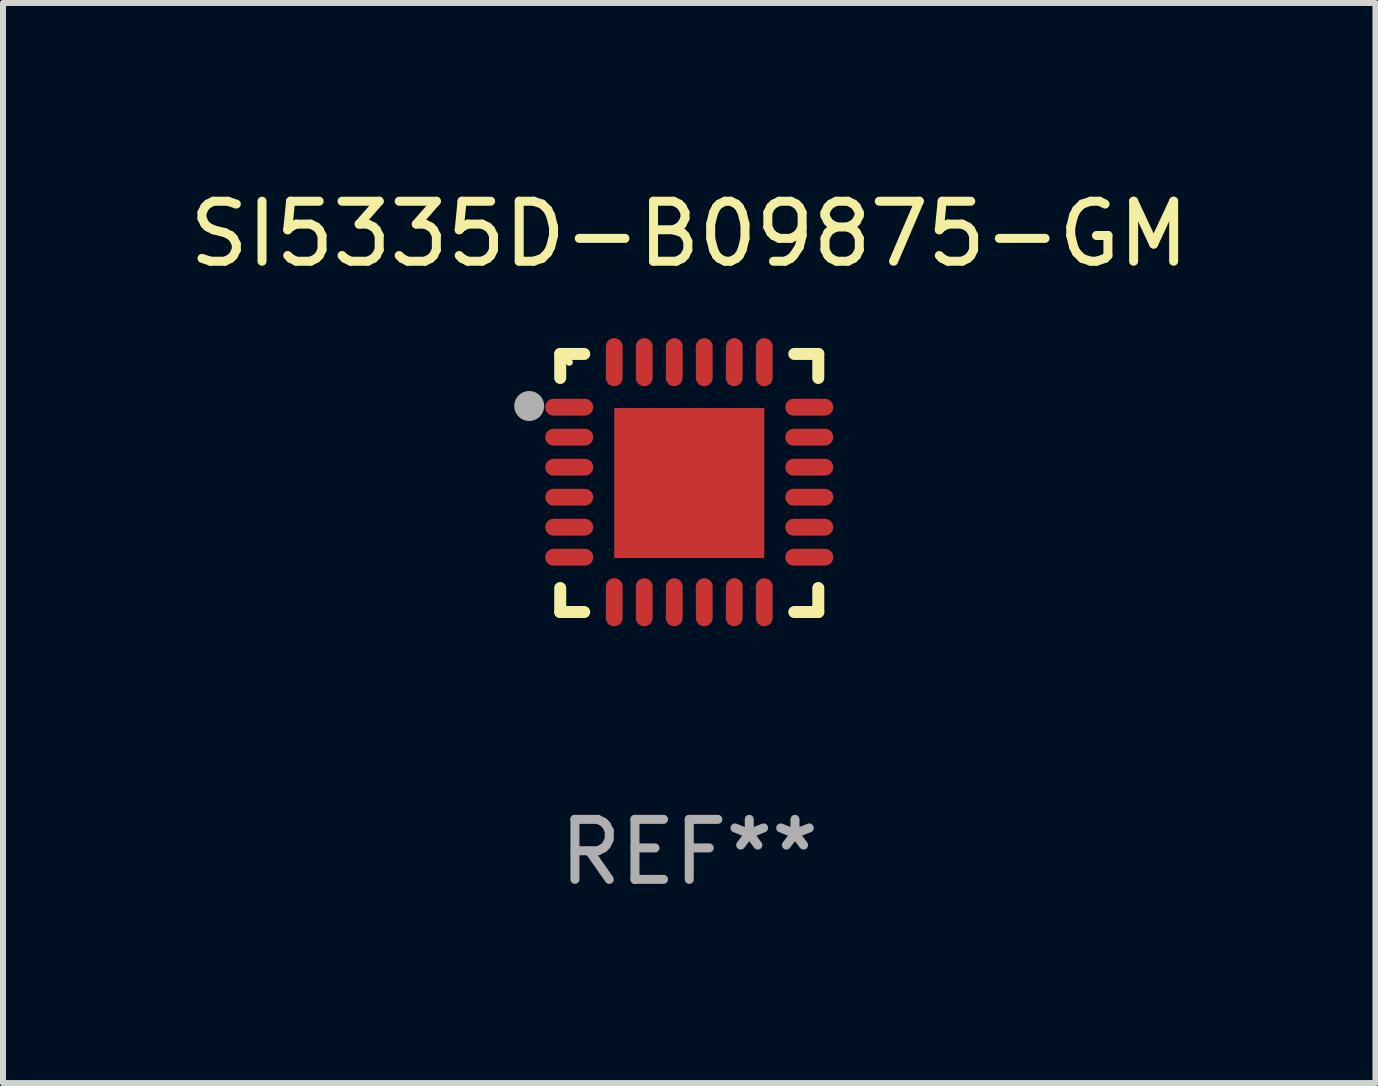
<source format=kicad_pcb>
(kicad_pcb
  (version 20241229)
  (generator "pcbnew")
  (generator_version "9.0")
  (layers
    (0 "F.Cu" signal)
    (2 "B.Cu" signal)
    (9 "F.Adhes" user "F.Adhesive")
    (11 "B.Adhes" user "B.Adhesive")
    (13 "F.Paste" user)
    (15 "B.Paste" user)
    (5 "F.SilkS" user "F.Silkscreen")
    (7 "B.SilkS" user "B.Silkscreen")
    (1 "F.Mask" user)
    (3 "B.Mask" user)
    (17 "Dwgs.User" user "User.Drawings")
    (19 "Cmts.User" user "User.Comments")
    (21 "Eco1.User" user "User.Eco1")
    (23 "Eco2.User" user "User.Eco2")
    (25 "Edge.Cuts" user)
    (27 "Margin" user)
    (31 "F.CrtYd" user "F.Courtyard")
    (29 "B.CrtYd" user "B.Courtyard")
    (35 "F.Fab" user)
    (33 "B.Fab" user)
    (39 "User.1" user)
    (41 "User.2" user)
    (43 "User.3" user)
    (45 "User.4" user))
  (footprint "SI5335D-B09875-GM"
    (layer "F.Cu")
    (at 8.435 4.998)
    (property "Reference" "SI5335D-B09875-GM" (at 0 -4.15 0) (layer "F.SilkS") (effects (font (size 1 1) (thickness 0.15))))
    (attr through_hole)
    (fp_line (start -2.15 -2.15) (end -1.75 -2.15) (stroke (width 0.2) (type solid)) (layer "F.SilkS"))
    (fp_line (start -2.15 -1.75) (end -2.15 -2.15) (stroke (width 0.2) (type solid)) (layer "F.SilkS"))
    (fp_line (start -2.15 2.15) (end -2.15 1.75) (stroke (width 0.2) (type solid)) (layer "F.SilkS"))
    (fp_line (start -1.75 2.15) (end -2.15 2.15) (stroke (width 0.2) (type solid)) (layer "F.SilkS"))
    (fp_line (start 1.75 -2.15) (end 2.15 -2.15) (stroke (width 0.2) (type solid)) (layer "F.SilkS"))
    (fp_line (start 1.75 2.15) (end 2.15 2.15) (stroke (width 0.2) (type solid)) (layer "F.SilkS"))
    (fp_line (start 2.15 -2.15) (end 2.15 -1.75) (stroke (width 0.2) (type solid)) (layer "F.SilkS"))
    (fp_line (start 2.15 2.15) (end 2.15 1.75) (stroke (width 0.2) (type solid)) (layer "F.SilkS"))
    (fp_circle (center -2 -2.013) (end -1.97 -2.013) (stroke (width 0.06) (type solid)) (fill no) (layer "F.SilkS"))
    (fp_circle (center -2.667 -1.283) (end -2.542 -1.283) (stroke (width 0.25) (type solid)) (fill no) (layer "F.Fab"))
    (fp_text user "REF**" (at 0 6.15 0) (layer "F.Fab") (effects (font (size 1 1) (thickness 0.15))))
    (pad "1" smd oval (at -2 -1.263) (size 0.8 0.28) (layers "F.Cu" "F.Mask" "F.Paste"))
    (pad "2" smd oval (at -2 -0.763) (size 0.8 0.28) (layers "F.Cu" "F.Mask" "F.Paste"))
    (pad "3" smd oval (at -2 -0.263) (size 0.8 0.28) (layers "F.Cu" "F.Mask" "F.Paste"))
    (pad "4" smd oval (at -2 0.237) (size 0.8 0.28) (layers "F.Cu" "F.Mask" "F.Paste"))
    (pad "5" smd oval (at -2 0.737) (size 0.8 0.28) (layers "F.Cu" "F.Mask" "F.Paste"))
    (pad "6" smd oval (at -2 1.237) (size 0.8 0.28) (layers "F.Cu" "F.Mask" "F.Paste"))
    (pad "7" smd oval (at -1.25 1.987) (size 0.28 0.8) (layers "F.Cu" "F.Mask" "F.Paste"))
    (pad "8" smd oval (at -0.75 1.987) (size 0.28 0.8) (layers "F.Cu" "F.Mask" "F.Paste"))
    (pad "9" smd oval (at -0.25 1.987) (size 0.28 0.8) (layers "F.Cu" "F.Mask" "F.Paste"))
    (pad "10" smd oval (at 0.25 1.987) (size 0.28 0.8) (layers "F.Cu" "F.Mask" "F.Paste"))
    (pad "11" smd oval (at 0.75 1.987) (size 0.28 0.8) (layers "F.Cu" "F.Mask" "F.Paste"))
    (pad "12" smd oval (at 1.25 1.987) (size 0.28 0.8) (layers "F.Cu" "F.Mask" "F.Paste"))
    (pad "13" smd oval (at 2 1.237) (size 0.8 0.28) (layers "F.Cu" "F.Mask" "F.Paste"))
    (pad "14" smd oval (at 2 0.737) (size 0.8 0.28) (layers "F.Cu" "F.Mask" "F.Paste"))
    (pad "15" smd oval (at 2 0.237) (size 0.8 0.28) (layers "F.Cu" "F.Mask" "F.Paste"))
    (pad "16" smd oval (at 2 -0.263) (size 0.8 0.28) (layers "F.Cu" "F.Mask" "F.Paste"))
    (pad "17" smd oval (at 2 -0.763) (size 0.8 0.28) (layers "F.Cu" "F.Mask" "F.Paste"))
    (pad "18" smd oval (at 2 -1.263) (size 0.8 0.28) (layers "F.Cu" "F.Mask" "F.Paste"))
    (pad "19" smd oval (at 1.25 -2.013) (size 0.28 0.8) (layers "F.Cu" "F.Mask" "F.Paste"))
    (pad "20" smd oval (at 0.75 -2.013) (size 0.28 0.8) (layers "F.Cu" "F.Mask" "F.Paste"))
    (pad "21" smd oval (at 0.25 -2.013) (size 0.28 0.8) (layers "F.Cu" "F.Mask" "F.Paste"))
    (pad "22" smd oval (at -0.25 -2.013) (size 0.28 0.8) (layers "F.Cu" "F.Mask" "F.Paste"))
    (pad "23" smd oval (at -0.75 -2.013) (size 0.28 0.8) (layers "F.Cu" "F.Mask" "F.Paste"))
    (pad "24" smd oval (at -1.25 -2.013) (size 0.28 0.8) (layers "F.Cu" "F.Mask" "F.Paste"))
    (pad "25" smd rect (at -0.000127 -0.00014) (size 2.5 2.5) (layers "F.Cu" "F.Mask" "F.Paste")))
  (gr_rect
    (start -3 -3)
    (end 19.869 14.997)
    (stroke (width 0.1) (type default))
    (fill no)
    (layer "Edge.Cuts")))
</source>
